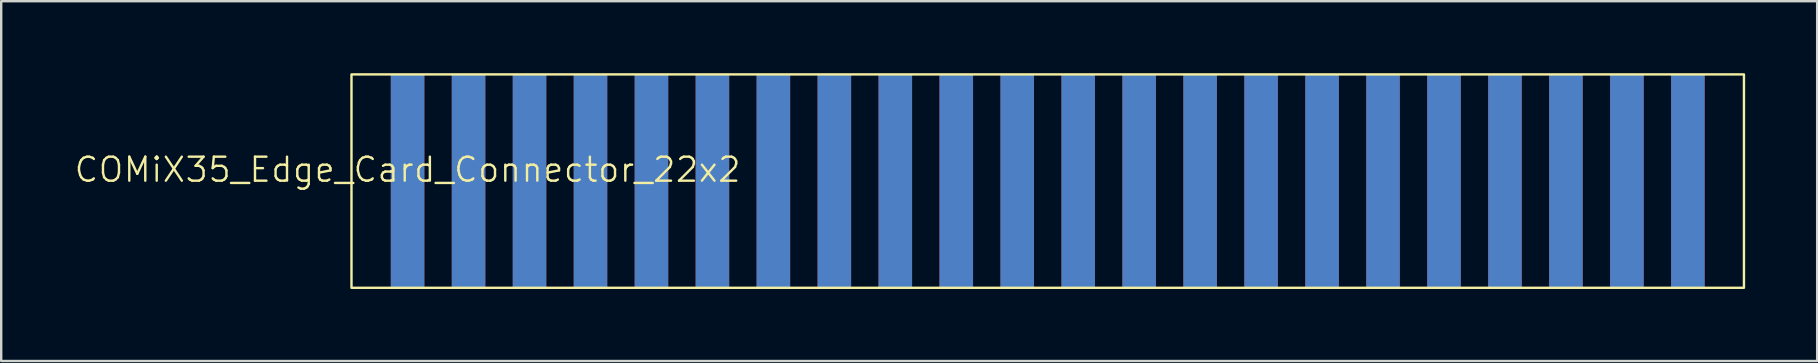
<source format=kicad_pcb>
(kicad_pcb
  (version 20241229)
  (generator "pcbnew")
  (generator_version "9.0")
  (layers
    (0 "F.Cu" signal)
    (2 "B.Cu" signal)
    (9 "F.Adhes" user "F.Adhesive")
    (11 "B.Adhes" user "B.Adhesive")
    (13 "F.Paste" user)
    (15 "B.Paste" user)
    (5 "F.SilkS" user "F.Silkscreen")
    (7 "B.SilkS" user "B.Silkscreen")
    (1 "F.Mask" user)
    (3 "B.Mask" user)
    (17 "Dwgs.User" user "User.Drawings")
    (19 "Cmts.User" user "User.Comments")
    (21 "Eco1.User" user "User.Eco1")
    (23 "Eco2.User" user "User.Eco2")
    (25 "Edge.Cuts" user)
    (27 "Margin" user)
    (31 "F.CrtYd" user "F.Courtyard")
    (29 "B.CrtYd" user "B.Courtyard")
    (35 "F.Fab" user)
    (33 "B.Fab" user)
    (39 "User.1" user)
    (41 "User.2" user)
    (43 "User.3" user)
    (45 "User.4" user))
  (footprint "COMiX35_Edge_Card_Connector_22x2"
    (layer "F.Cu")
    (at 13.931 4.52)
    (property "Reference" "COMiX35_Edge_Card_Connector_22x2" (at 0 -0.5 0) (unlocked yes) (layer "F.SilkS") (effects (font (size 1 1) (thickness 0.1))))
    (attr smd)
    (fp_rect (start -2.337 -4.47) (end 55.677 4.42) (stroke (width 0.1) (type default)) (fill no) (layer "F.SilkS"))
    (pad "1" connect rect (at 53.34 0) (size 1.397 8.89) (layers "B.Cu" "B.Mask"))
    (pad "2" connect rect (at 53.34 0) (size 1.397 8.89) (layers "F.Cu" "F.Mask"))
    (pad "3" connect rect (at 50.8 0) (size 1.397 8.89) (layers "B.Cu" "B.Mask"))
    (pad "4" connect rect (at 50.8 0) (size 1.397 8.89) (layers "F.Cu" "F.Mask"))
    (pad "5" connect rect (at 48.26 0) (size 1.397 8.89) (layers "B.Cu" "B.Mask"))
    (pad "6" connect rect (at 48.26 0) (size 1.397 8.89) (layers "F.Cu" "F.Mask"))
    (pad "7" connect rect (at 45.72 0) (size 1.397 8.89) (layers "B.Cu" "B.Mask"))
    (pad "8" connect rect (at 45.72 0) (size 1.397 8.89) (layers "F.Cu" "F.Mask"))
    (pad "9" connect rect (at 43.18 0) (size 1.397 8.89) (layers "B.Cu" "B.Mask"))
    (pad "10" connect rect (at 43.18 0) (size 1.397 8.89) (layers "F.Cu" "F.Mask"))
    (pad "11" connect rect (at 40.64 0) (size 1.397 8.89) (layers "B.Cu" "B.Mask"))
    (pad "12" connect rect (at 40.64 0) (size 1.397 8.89) (layers "F.Cu" "F.Mask"))
    (pad "13" connect rect (at 38.1 0) (size 1.397 8.89) (layers "B.Cu" "B.Mask"))
    (pad "14" connect rect (at 38.1 0) (size 1.397 8.89) (layers "F.Cu" "F.Mask"))
    (pad "15" connect rect (at 35.56 0) (size 1.397 8.89) (layers "B.Cu" "B.Mask"))
    (pad "16" connect rect (at 35.56 0) (size 1.397 8.89) (layers "F.Cu" "F.Mask"))
    (pad "17" connect rect (at 33.02 0) (size 1.397 8.89) (layers "B.Cu" "B.Mask"))
    (pad "18" connect rect (at 33.02 0) (size 1.397 8.89) (layers "F.Cu" "F.Mask"))
    (pad "19" connect rect (at 30.48 0) (size 1.397 8.89) (layers "B.Cu" "B.Mask"))
    (pad "20" connect rect (at 30.48 0) (size 1.397 8.89) (layers "F.Cu" "F.Mask"))
    (pad "21" connect rect (at 27.94 0) (size 1.397 8.89) (layers "B.Cu" "B.Mask"))
    (pad "22" connect rect (at 27.94 0) (size 1.397 8.89) (layers "F.Cu" "F.Mask"))
    (pad "23" connect rect (at 25.4 0) (size 1.397 8.89) (layers "B.Cu" "B.Mask"))
    (pad "24" connect rect (at 25.4 0) (size 1.397 8.89) (layers "F.Cu" "F.Mask"))
    (pad "25" connect rect (at 22.86 0) (size 1.397 8.89) (layers "B.Cu" "B.Mask"))
    (pad "26" connect rect (at 22.86 0) (size 1.397 8.89) (layers "F.Cu" "F.Mask"))
    (pad "27" connect rect (at 20.32 0) (size 1.397 8.89) (layers "B.Cu" "B.Mask"))
    (pad "28" connect rect (at 20.32 0) (size 1.397 8.89) (layers "F.Cu" "F.Mask"))
    (pad "29" connect rect (at 17.78 0) (size 1.397 8.89) (layers "B.Cu" "B.Mask"))
    (pad "30" connect rect (at 17.78 0) (size 1.397 8.89) (layers "F.Cu" "F.Mask"))
    (pad "31" connect rect (at 15.24 0) (size 1.397 8.89) (layers "B.Cu" "B.Mask"))
    (pad "32" connect rect (at 15.24 0) (size 1.397 8.89) (layers "F.Cu" "F.Mask"))
    (pad "33" connect rect (at 12.7 0) (size 1.397 8.89) (layers "B.Cu" "B.Mask"))
    (pad "34" connect rect (at 12.7 0) (size 1.397 8.89) (layers "F.Cu" "F.Mask"))
    (pad "35" connect rect (at 10.16 0) (size 1.397 8.89) (layers "B.Cu" "B.Mask"))
    (pad "36" connect rect (at 10.16 0) (size 1.397 8.89) (layers "F.Cu" "F.Mask"))
    (pad "37" connect rect (at 7.62 0) (size 1.397 8.89) (layers "B.Cu" "B.Mask"))
    (pad "38" connect rect (at 7.62 0) (size 1.397 8.89) (layers "F.Cu" "F.Mask"))
    (pad "39" connect rect (at 5.08 0) (size 1.397 8.89) (layers "B.Cu" "B.Mask"))
    (pad "40" connect rect (at 5.08 0) (size 1.397 8.89) (layers "F.Cu" "F.Mask"))
    (pad "41" connect rect (at 2.54 0) (size 1.397 8.89) (layers "B.Cu" "B.Mask"))
    (pad "42" connect rect (at 2.54 0) (size 1.397 8.89) (layers "F.Cu" "F.Mask"))
    (pad "43" connect rect (at 0 0) (size 1.397 8.89) (layers "B.Cu" "B.Mask"))
    (pad "44" connect rect (at 0 0) (size 1.397 8.89) (layers "F.Cu" "F.Mask")))
  (gr_rect
    (start -3 -3)
    (end 72.658 11.99)
    (stroke (width 0.1) (type default))
    (fill no)
    (layer "Edge.Cuts")))
</source>
